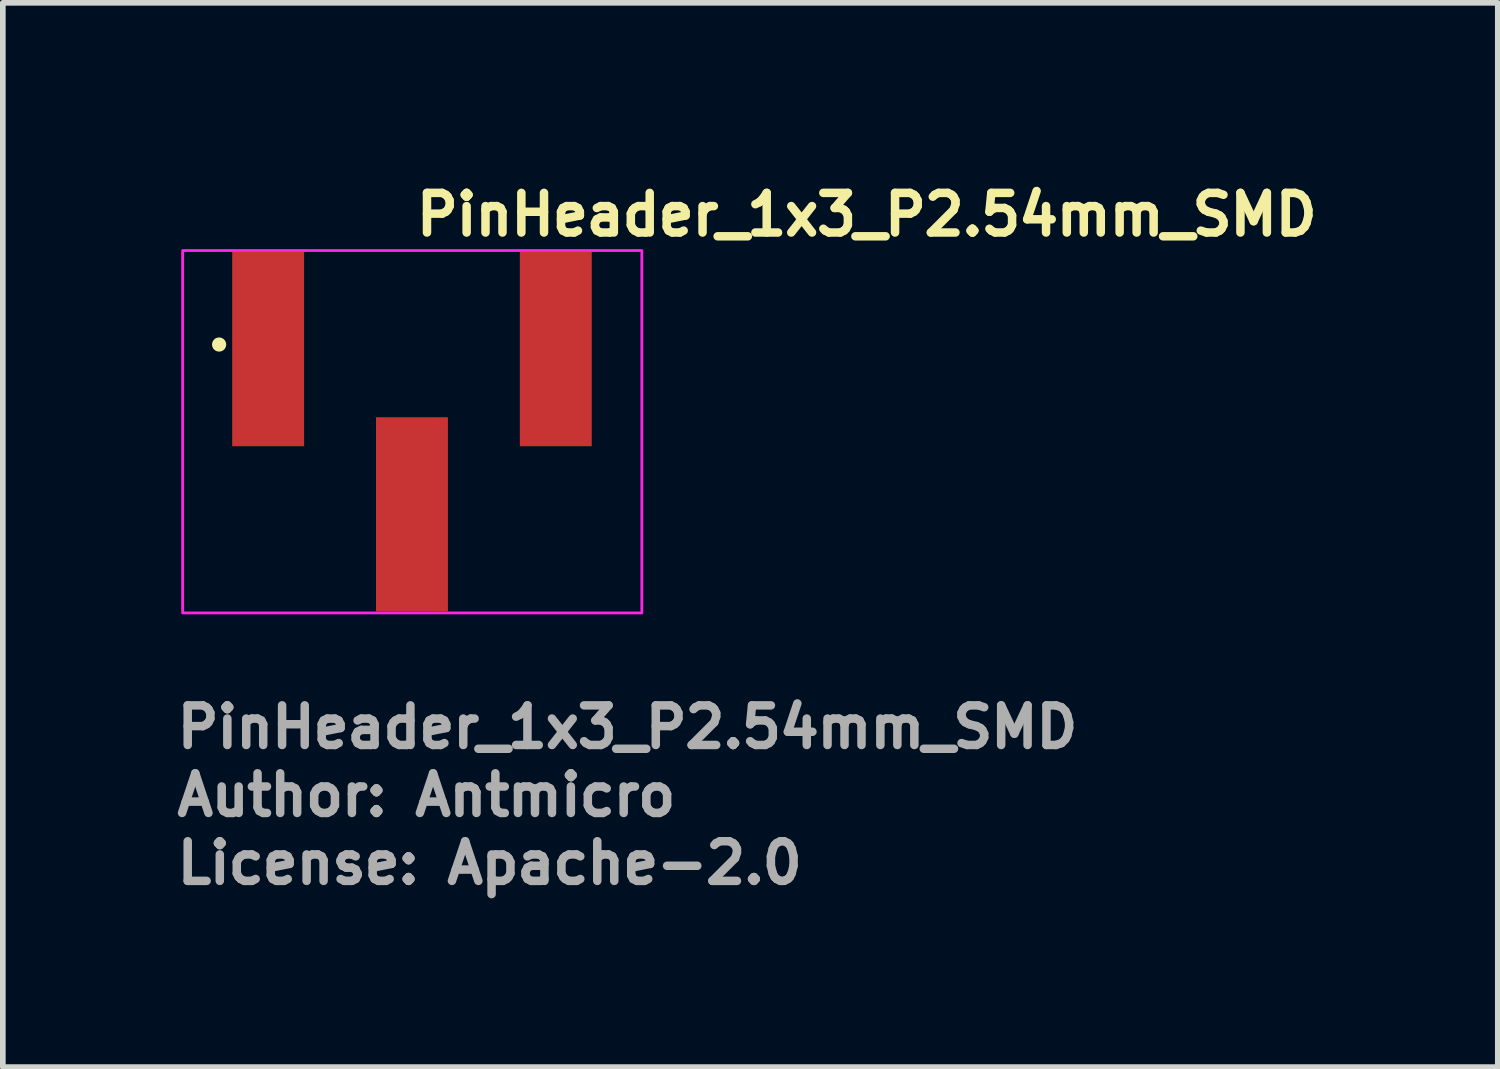
<source format=kicad_pcb>
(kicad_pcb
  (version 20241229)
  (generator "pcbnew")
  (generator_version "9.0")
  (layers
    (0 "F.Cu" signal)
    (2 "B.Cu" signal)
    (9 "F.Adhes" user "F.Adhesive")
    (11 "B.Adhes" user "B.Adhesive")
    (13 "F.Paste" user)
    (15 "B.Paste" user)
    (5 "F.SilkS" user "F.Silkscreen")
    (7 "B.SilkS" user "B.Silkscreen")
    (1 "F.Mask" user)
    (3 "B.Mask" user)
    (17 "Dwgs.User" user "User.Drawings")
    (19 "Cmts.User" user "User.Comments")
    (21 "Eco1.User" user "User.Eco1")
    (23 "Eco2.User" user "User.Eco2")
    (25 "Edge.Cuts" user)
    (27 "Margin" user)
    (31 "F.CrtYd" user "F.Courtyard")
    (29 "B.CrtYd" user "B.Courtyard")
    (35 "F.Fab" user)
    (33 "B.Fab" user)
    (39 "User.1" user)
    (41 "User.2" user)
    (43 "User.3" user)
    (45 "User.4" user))
  (footprint "PinHeader_1x3_P2.54mm_SMD"
    (layer "F.Cu")
    (at 4.226 4.625)
    (property "Reference" "PinHeader_1x3_P2.54mm_SMD" (at 0 -3.475 0) (unlocked yes) (layer "F.SilkS") (effects (font (size 0.7 0.7) (thickness 0.15)) (justify left bottom)))
    (attr smd)
    (fp_circle (center -3.406 -1.59) (end -3.356 -1.59) (stroke (width 0.15) (type solid)) (fill yes) (layer "F.SilkS"))
    (fp_line (start 0.033 0.203) (end 0.033 -0.304) (stroke (width 0.051) (type solid)) (layer "Eco1.User"))
    (fp_line (start 0.287 -0.05) (end -0.22 -0.05) (stroke (width 0.051) (type solid)) (layer "Eco1.User"))
    (fp_rect (start -4.05 -3.25) (end 4.06 3.15) (stroke (width 0.05) (type solid)) (fill no) (layer "F.CrtYd"))
    (fp_line (start -3.8 1.25) (end -3.8 -1.35) (stroke (width 0.1) (type solid)) (layer "User.1"))
    (fp_line (start 3.85 -1.35) (end -3.8 -1.35) (stroke (width 0.1) (type solid)) (layer "User.1"))
    (fp_line (start 3.85 1.25) (end -3.8 1.25) (stroke (width 0.1) (type solid)) (layer "User.1"))
    (fp_line (start 3.85 1.25) (end 3.85 -1.35) (stroke (width 0.1) (type solid)) (layer "User.1"))
    (fp_rect (start -3.81 -2.641) (end 3.81 2.641) (stroke (width 0.1) (type solid)) (fill no) (layer "User.5"))
    (fp_line (start -3.81 -1.27) (end -3.81 1.27) (stroke (width 0.02) (type solid)) (layer "User.9"))
    (fp_line (start -3.81 1.27) (end -1.524 1.27) (stroke (width 0.02) (type solid)) (layer "User.9"))
    (fp_line (start -2.857 -2.641) (end -2.222 -2.641) (stroke (width 0.02) (type solid)) (layer "User.9"))
    (fp_line (start -2.857 -1.27) (end -2.857 -2.641) (stroke (width 0.02) (type solid)) (layer "User.9"))
    (fp_line (start -2.857 -0.317) (end -2.222 -0.317) (stroke (width 0.02) (type solid)) (layer "User.9"))
    (fp_line (start -2.857 0.317) (end -2.857 -0.317) (stroke (width 0.02) (type solid)) (layer "User.9"))
    (fp_line (start -2.857 0.317) (end -2.222 0.317) (stroke (width 0.02) (type solid)) (layer "User.9"))
    (fp_line (start -2.222 -1.27) (end -2.222 -2.641) (stroke (width 0.02) (type solid)) (layer "User.9"))
    (fp_line (start -2.222 -0.317) (end -2.222 0.317) (stroke (width 0.02) (type solid)) (layer "User.9"))
    (fp_line (start -1.524 -1.27) (end -3.81 -1.27) (stroke (width 0.02) (type solid)) (layer "User.9"))
    (fp_line (start -1.524 -1.27) (end -1.377 -1.016) (stroke (width 0.02) (type solid)) (layer "User.9"))
    (fp_line (start -1.377 -1.016) (end -1.162 -1.016) (stroke (width 0.02) (type solid)) (layer "User.9"))
    (fp_line (start -1.377 1.016) (end -1.524 1.27) (stroke (width 0.02) (type solid)) (layer "User.9"))
    (fp_line (start -1.162 -1.016) (end -1.016 -1.27) (stroke (width 0.02) (type solid)) (layer "User.9"))
    (fp_line (start -1.162 1.016) (end -1.377 1.016) (stroke (width 0.02) (type solid)) (layer "User.9"))
    (fp_line (start -1.016 1.27) (end -1.162 1.016) (stroke (width 0.02) (type solid)) (layer "User.9"))
    (fp_line (start -1.016 1.27) (end 1.016 1.27) (stroke (width 0.02) (type solid)) (layer "User.9"))
    (fp_line (start -0.317 -0.317) (end 0.317 -0.317) (stroke (width 0.02) (type solid)) (layer "User.9"))
    (fp_line (start -0.317 0.317) (end -0.317 -0.317) (stroke (width 0.02) (type solid)) (layer "User.9"))
    (fp_line (start -0.317 0.317) (end 0.317 0.317) (stroke (width 0.02) (type solid)) (layer "User.9"))
    (fp_line (start -0.317 1.27) (end -0.317 2.641) (stroke (width 0.02) (type solid)) (layer "User.9"))
    (fp_line (start -0.317 2.641) (end 0.317 2.641) (stroke (width 0.02) (type solid)) (layer "User.9"))
    (fp_line (start 0.317 -0.317) (end 0.317 0.317) (stroke (width 0.02) (type solid)) (layer "User.9"))
    (fp_line (start 0.317 2.641) (end 0.317 1.27) (stroke (width 0.02) (type solid)) (layer "User.9"))
    (fp_line (start 1.016 -1.27) (end -1.016 -1.27) (stroke (width 0.02) (type solid)) (layer "User.9"))
    (fp_line (start 1.016 -1.27) (end 1.162 -1.016) (stroke (width 0.02) (type solid)) (layer "User.9"))
    (fp_line (start 1.162 -1.016) (end 1.377 -1.016) (stroke (width 0.02) (type solid)) (layer "User.9"))
    (fp_line (start 1.162 1.016) (end 1.016 1.27) (stroke (width 0.02) (type solid)) (layer "User.9"))
    (fp_line (start 1.377 -1.016) (end 1.524 -1.27) (stroke (width 0.02) (type solid)) (layer "User.9"))
    (fp_line (start 1.377 1.016) (end 1.162 1.016) (stroke (width 0.02) (type solid)) (layer "User.9"))
    (fp_line (start 1.524 1.27) (end 1.377 1.016) (stroke (width 0.02) (type solid)) (layer "User.9"))
    (fp_line (start 1.524 1.27) (end 3.81 1.27) (stroke (width 0.02) (type solid)) (layer "User.9"))
    (fp_line (start 2.222 -2.641) (end 2.222 -1.27) (stroke (width 0.02) (type solid)) (layer "User.9"))
    (fp_line (start 2.222 -2.641) (end 2.857 -2.641) (stroke (width 0.02) (type solid)) (layer "User.9"))
    (fp_line (start 2.222 -0.317) (end 2.857 -0.317) (stroke (width 0.02) (type solid)) (layer "User.9"))
    (fp_line (start 2.222 0.317) (end 2.222 -0.317) (stroke (width 0.02) (type solid)) (layer "User.9"))
    (fp_line (start 2.222 0.317) (end 2.857 0.317) (stroke (width 0.02) (type solid)) (layer "User.9"))
    (fp_line (start 2.857 -1.27) (end 2.857 -2.641) (stroke (width 0.02) (type solid)) (layer "User.9"))
    (fp_line (start 2.857 0.317) (end 2.857 -0.317) (stroke (width 0.02) (type solid)) (layer "User.9"))
    (fp_line (start 3.81 -1.27) (end 1.524 -1.27) (stroke (width 0.02) (type solid)) (layer "User.9"))
    (fp_line (start 3.81 1.27) (end 3.81 -1.27) (stroke (width 0.02) (type solid)) (layer "User.9"))
    (fp_text user "License: Apache-2.0" (at -4.226 7.976 0) (layer "F.Fab") (effects (font (size 0.7 0.7) (thickness 0.15)) (justify left bottom)))
    (fp_text user "Author: Antmicro" (at -4.226 6.776 0) (layer "F.Fab") (effects (font (size 0.7 0.7) (thickness 0.15)) (justify left bottom)))
    (fp_text user "${REFERENCE}" (at -4.226 5.576 0) (unlocked yes) (layer "F.Fab") (effects (font (size 0.7 0.7) (thickness 0.15)) (justify left bottom)))
    (pad "1" smd rect (at -2.54 -1.509) (size 1.27 3.43) (layers "F.Cu" "F.Mask" "F.Paste"))
    (pad "2" smd rect (at 0 1.409) (size 1.27 3.43) (layers "F.Cu" "F.Mask" "F.Paste"))
    (pad "3" smd rect (at 2.54 -1.509) (size 1.27 3.43) (layers "F.Cu" "F.Mask" "F.Paste")))
  (gr_rect
    (start -3 -3)
    (end 23.403 15.796)
    (stroke (width 0.1) (type default))
    (fill no)
    (layer "Edge.Cuts")))
</source>
